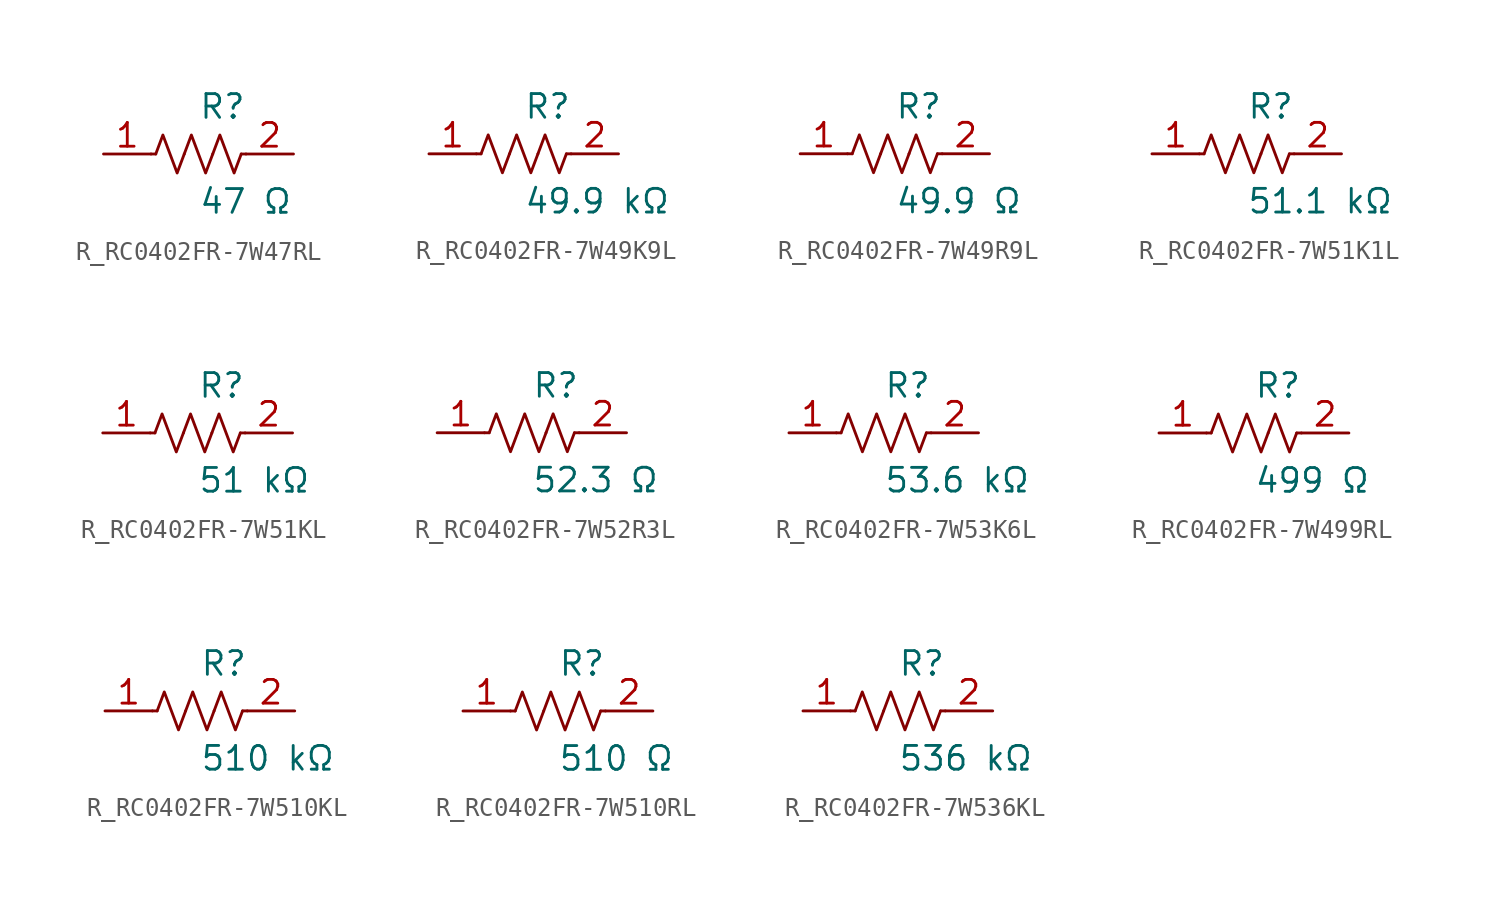
<source format=kicad_sym>
(kicad_symbol_lib
  (version 20231120)
  (generator kicad_symbol_editor)
  (generator_version 8.0)
  (symbol "R_RC0402FR-7W47RL"
    (pin_names
      (offset 0.254))
    (property "Reference" "R"
      (at 0 2.54 0)
      (effects (font (size 1.27 1.27)) (justify left)))
    (property "Value" "47 Ω"
      (at 0 -2.54 0)
      (effects (font (size 1.27 1.27)) (justify left)))
    (symbol "R_RC0402FR-7W47RL_0_1"
      (polyline (pts (xy 2.286 0) (xy 2.54 0)) (stroke (width 0) (type default)) (fill (type none)))
      (polyline (pts (xy -2.286 0) (xy -2.54 0)) (stroke (width 0) (type default)) (fill (type none)))
      (polyline (pts (xy 0.762 0) (xy 1.143 1.016) (xy 1.524 0) (xy 1.905 -1.016) (xy 2.286 0)) (stroke (width 0) (type default)) (fill (type none)))
      (polyline (pts (xy -0.762 0) (xy -0.381 1.016) (xy 0 0) (xy 0.381 -1.016) (xy 0.762 0)) (stroke (width 0) (type default)) (fill (type none)))
      (polyline (pts (xy -2.286 0) (xy -1.905 1.016) (xy -1.524 0) (xy -1.143 -1.016) (xy -0.762 0)) (stroke (width 0) (type default)) (fill (type none))))
    (pin passive line
      (at -5.08 0 0)
      (length 2.54)
      (name "" (effects (font (size 1.27 1.27))))
      (number "1" (effects (font (size 1.27 1.27)))))
    (pin passive line
      (at 5.08 0 180)
      (length 2.54)
      (name "" (effects (font (size 1.27 1.27))))
      (number "2" (effects (font (size 1.27 1.27))))))
  (symbol "R_RC0402FR-7W49K9L"
    (pin_names
      (offset 0.254))
    (property "Reference" "R"
      (at 0 2.54 0)
      (effects (font (size 1.27 1.27)) (justify left)))
    (property "Value" "49.9 kΩ"
      (at 0 -2.54 0)
      (effects (font (size 1.27 1.27)) (justify left)))
    (symbol "R_RC0402FR-7W49K9L_0_1"
      (polyline (pts (xy 2.286 0) (xy 2.54 0)) (stroke (width 0) (type default)) (fill (type none)))
      (polyline (pts (xy -2.286 0) (xy -2.54 0)) (stroke (width 0) (type default)) (fill (type none)))
      (polyline (pts (xy 0.762 0) (xy 1.143 1.016) (xy 1.524 0) (xy 1.905 -1.016) (xy 2.286 0)) (stroke (width 0) (type default)) (fill (type none)))
      (polyline (pts (xy -0.762 0) (xy -0.381 1.016) (xy 0 0) (xy 0.381 -1.016) (xy 0.762 0)) (stroke (width 0) (type default)) (fill (type none)))
      (polyline (pts (xy -2.286 0) (xy -1.905 1.016) (xy -1.524 0) (xy -1.143 -1.016) (xy -0.762 0)) (stroke (width 0) (type default)) (fill (type none))))
    (pin passive line
      (at -5.08 0 0)
      (length 2.54)
      (name "" (effects (font (size 1.27 1.27))))
      (number "1" (effects (font (size 1.27 1.27)))))
    (pin passive line
      (at 5.08 0 180)
      (length 2.54)
      (name "" (effects (font (size 1.27 1.27))))
      (number "2" (effects (font (size 1.27 1.27))))))
  (symbol "R_RC0402FR-7W49R9L"
    (pin_names
      (offset 0.254))
    (property "Reference" "R"
      (at 0 2.54 0)
      (effects (font (size 1.27 1.27)) (justify left)))
    (property "Value" "49.9 Ω"
      (at 0 -2.54 0)
      (effects (font (size 1.27 1.27)) (justify left)))
    (symbol "R_RC0402FR-7W49R9L_0_1"
      (polyline (pts (xy 2.286 0) (xy 2.54 0)) (stroke (width 0) (type default)) (fill (type none)))
      (polyline (pts (xy -2.286 0) (xy -2.54 0)) (stroke (width 0) (type default)) (fill (type none)))
      (polyline (pts (xy 0.762 0) (xy 1.143 1.016) (xy 1.524 0) (xy 1.905 -1.016) (xy 2.286 0)) (stroke (width 0) (type default)) (fill (type none)))
      (polyline (pts (xy -0.762 0) (xy -0.381 1.016) (xy 0 0) (xy 0.381 -1.016) (xy 0.762 0)) (stroke (width 0) (type default)) (fill (type none)))
      (polyline (pts (xy -2.286 0) (xy -1.905 1.016) (xy -1.524 0) (xy -1.143 -1.016) (xy -0.762 0)) (stroke (width 0) (type default)) (fill (type none))))
    (pin passive line
      (at -5.08 0 0)
      (length 2.54)
      (name "" (effects (font (size 1.27 1.27))))
      (number "1" (effects (font (size 1.27 1.27)))))
    (pin passive line
      (at 5.08 0 180)
      (length 2.54)
      (name "" (effects (font (size 1.27 1.27))))
      (number "2" (effects (font (size 1.27 1.27))))))
  (symbol "R_RC0402FR-7W51K1L"
    (pin_names
      (offset 0.254))
    (property "Reference" "R"
      (at 0 2.54 0)
      (effects (font (size 1.27 1.27)) (justify left)))
    (property "Value" "51.1 kΩ"
      (at 0 -2.54 0)
      (effects (font (size 1.27 1.27)) (justify left)))
    (symbol "R_RC0402FR-7W51K1L_0_1"
      (polyline (pts (xy 2.286 0) (xy 2.54 0)) (stroke (width 0) (type default)) (fill (type none)))
      (polyline (pts (xy -2.286 0) (xy -2.54 0)) (stroke (width 0) (type default)) (fill (type none)))
      (polyline (pts (xy 0.762 0) (xy 1.143 1.016) (xy 1.524 0) (xy 1.905 -1.016) (xy 2.286 0)) (stroke (width 0) (type default)) (fill (type none)))
      (polyline (pts (xy -0.762 0) (xy -0.381 1.016) (xy 0 0) (xy 0.381 -1.016) (xy 0.762 0)) (stroke (width 0) (type default)) (fill (type none)))
      (polyline (pts (xy -2.286 0) (xy -1.905 1.016) (xy -1.524 0) (xy -1.143 -1.016) (xy -0.762 0)) (stroke (width 0) (type default)) (fill (type none))))
    (pin passive line
      (at -5.08 0 0)
      (length 2.54)
      (name "" (effects (font (size 1.27 1.27))))
      (number "1" (effects (font (size 1.27 1.27)))))
    (pin passive line
      (at 5.08 0 180)
      (length 2.54)
      (name "" (effects (font (size 1.27 1.27))))
      (number "2" (effects (font (size 1.27 1.27))))))
  (symbol "R_RC0402FR-7W51KL"
    (pin_names
      (offset 0.254))
    (property "Reference" "R"
      (at 0 2.54 0)
      (effects (font (size 1.27 1.27)) (justify left)))
    (property "Value" "51 kΩ"
      (at 0 -2.54 0)
      (effects (font (size 1.27 1.27)) (justify left)))
    (symbol "R_RC0402FR-7W51KL_0_1"
      (polyline (pts (xy 2.286 0) (xy 2.54 0)) (stroke (width 0) (type default)) (fill (type none)))
      (polyline (pts (xy -2.286 0) (xy -2.54 0)) (stroke (width 0) (type default)) (fill (type none)))
      (polyline (pts (xy 0.762 0) (xy 1.143 1.016) (xy 1.524 0) (xy 1.905 -1.016) (xy 2.286 0)) (stroke (width 0) (type default)) (fill (type none)))
      (polyline (pts (xy -0.762 0) (xy -0.381 1.016) (xy 0 0) (xy 0.381 -1.016) (xy 0.762 0)) (stroke (width 0) (type default)) (fill (type none)))
      (polyline (pts (xy -2.286 0) (xy -1.905 1.016) (xy -1.524 0) (xy -1.143 -1.016) (xy -0.762 0)) (stroke (width 0) (type default)) (fill (type none))))
    (pin passive line
      (at -5.08 0 0)
      (length 2.54)
      (name "" (effects (font (size 1.27 1.27))))
      (number "1" (effects (font (size 1.27 1.27)))))
    (pin passive line
      (at 5.08 0 180)
      (length 2.54)
      (name "" (effects (font (size 1.27 1.27))))
      (number "2" (effects (font (size 1.27 1.27))))))
  (symbol "R_RC0402FR-7W52R3L"
    (pin_names
      (offset 0.254))
    (property "Reference" "R"
      (at 0 2.54 0)
      (effects (font (size 1.27 1.27)) (justify left)))
    (property "Value" "52.3 Ω"
      (at 0 -2.54 0)
      (effects (font (size 1.27 1.27)) (justify left)))
    (symbol "R_RC0402FR-7W52R3L_0_1"
      (polyline (pts (xy 2.286 0) (xy 2.54 0)) (stroke (width 0) (type default)) (fill (type none)))
      (polyline (pts (xy -2.286 0) (xy -2.54 0)) (stroke (width 0) (type default)) (fill (type none)))
      (polyline (pts (xy 0.762 0) (xy 1.143 1.016) (xy 1.524 0) (xy 1.905 -1.016) (xy 2.286 0)) (stroke (width 0) (type default)) (fill (type none)))
      (polyline (pts (xy -0.762 0) (xy -0.381 1.016) (xy 0 0) (xy 0.381 -1.016) (xy 0.762 0)) (stroke (width 0) (type default)) (fill (type none)))
      (polyline (pts (xy -2.286 0) (xy -1.905 1.016) (xy -1.524 0) (xy -1.143 -1.016) (xy -0.762 0)) (stroke (width 0) (type default)) (fill (type none))))
    (pin passive line
      (at -5.08 0 0)
      (length 2.54)
      (name "" (effects (font (size 1.27 1.27))))
      (number "1" (effects (font (size 1.27 1.27)))))
    (pin passive line
      (at 5.08 0 180)
      (length 2.54)
      (name "" (effects (font (size 1.27 1.27))))
      (number "2" (effects (font (size 1.27 1.27))))))
  (symbol "R_RC0402FR-7W53K6L"
    (pin_names
      (offset 0.254))
    (property "Reference" "R"
      (at 0 2.54 0)
      (effects (font (size 1.27 1.27)) (justify left)))
    (property "Value" "53.6 kΩ"
      (at 0 -2.54 0)
      (effects (font (size 1.27 1.27)) (justify left)))
    (symbol "R_RC0402FR-7W53K6L_0_1"
      (polyline (pts (xy 2.286 0) (xy 2.54 0)) (stroke (width 0) (type default)) (fill (type none)))
      (polyline (pts (xy -2.286 0) (xy -2.54 0)) (stroke (width 0) (type default)) (fill (type none)))
      (polyline (pts (xy 0.762 0) (xy 1.143 1.016) (xy 1.524 0) (xy 1.905 -1.016) (xy 2.286 0)) (stroke (width 0) (type default)) (fill (type none)))
      (polyline (pts (xy -0.762 0) (xy -0.381 1.016) (xy 0 0) (xy 0.381 -1.016) (xy 0.762 0)) (stroke (width 0) (type default)) (fill (type none)))
      (polyline (pts (xy -2.286 0) (xy -1.905 1.016) (xy -1.524 0) (xy -1.143 -1.016) (xy -0.762 0)) (stroke (width 0) (type default)) (fill (type none))))
    (pin passive line
      (at -5.08 0 0)
      (length 2.54)
      (name "" (effects (font (size 1.27 1.27))))
      (number "1" (effects (font (size 1.27 1.27)))))
    (pin passive line
      (at 5.08 0 180)
      (length 2.54)
      (name "" (effects (font (size 1.27 1.27))))
      (number "2" (effects (font (size 1.27 1.27))))))
  (symbol "R_RC0402FR-7W499RL"
    (pin_names
      (offset 0.254))
    (property "Reference" "R"
      (at 0 2.54 0)
      (effects (font (size 1.27 1.27)) (justify left)))
    (property "Value" "499 Ω"
      (at 0 -2.54 0)
      (effects (font (size 1.27 1.27)) (justify left)))
    (symbol "R_RC0402FR-7W499RL_0_1"
      (polyline (pts (xy 2.286 0) (xy 2.54 0)) (stroke (width 0) (type default)) (fill (type none)))
      (polyline (pts (xy -2.286 0) (xy -2.54 0)) (stroke (width 0) (type default)) (fill (type none)))
      (polyline (pts (xy 0.762 0) (xy 1.143 1.016) (xy 1.524 0) (xy 1.905 -1.016) (xy 2.286 0)) (stroke (width 0) (type default)) (fill (type none)))
      (polyline (pts (xy -0.762 0) (xy -0.381 1.016) (xy 0 0) (xy 0.381 -1.016) (xy 0.762 0)) (stroke (width 0) (type default)) (fill (type none)))
      (polyline (pts (xy -2.286 0) (xy -1.905 1.016) (xy -1.524 0) (xy -1.143 -1.016) (xy -0.762 0)) (stroke (width 0) (type default)) (fill (type none))))
    (pin passive line
      (at -5.08 0 0)
      (length 2.54)
      (name "" (effects (font (size 1.27 1.27))))
      (number "1" (effects (font (size 1.27 1.27)))))
    (pin passive line
      (at 5.08 0 180)
      (length 2.54)
      (name "" (effects (font (size 1.27 1.27))))
      (number "2" (effects (font (size 1.27 1.27))))))
  (symbol "R_RC0402FR-7W510KL"
    (pin_names
      (offset 0.254))
    (property "Reference" "R"
      (at 0 2.54 0)
      (effects (font (size 1.27 1.27)) (justify left)))
    (property "Value" "510 kΩ"
      (at 0 -2.54 0)
      (effects (font (size 1.27 1.27)) (justify left)))
    (symbol "R_RC0402FR-7W510KL_0_1"
      (polyline (pts (xy 2.286 0) (xy 2.54 0)) (stroke (width 0) (type default)) (fill (type none)))
      (polyline (pts (xy -2.286 0) (xy -2.54 0)) (stroke (width 0) (type default)) (fill (type none)))
      (polyline (pts (xy 0.762 0) (xy 1.143 1.016) (xy 1.524 0) (xy 1.905 -1.016) (xy 2.286 0)) (stroke (width 0) (type default)) (fill (type none)))
      (polyline (pts (xy -0.762 0) (xy -0.381 1.016) (xy 0 0) (xy 0.381 -1.016) (xy 0.762 0)) (stroke (width 0) (type default)) (fill (type none)))
      (polyline (pts (xy -2.286 0) (xy -1.905 1.016) (xy -1.524 0) (xy -1.143 -1.016) (xy -0.762 0)) (stroke (width 0) (type default)) (fill (type none))))
    (pin passive line
      (at -5.08 0 0)
      (length 2.54)
      (name "" (effects (font (size 1.27 1.27))))
      (number "1" (effects (font (size 1.27 1.27)))))
    (pin passive line
      (at 5.08 0 180)
      (length 2.54)
      (name "" (effects (font (size 1.27 1.27))))
      (number "2" (effects (font (size 1.27 1.27))))))
  (symbol "R_RC0402FR-7W510RL"
    (pin_names
      (offset 0.254))
    (property "Reference" "R"
      (at 0 2.54 0)
      (effects (font (size 1.27 1.27)) (justify left)))
    (property "Value" "510 Ω"
      (at 0 -2.54 0)
      (effects (font (size 1.27 1.27)) (justify left)))
    (symbol "R_RC0402FR-7W510RL_0_1"
      (polyline (pts (xy 2.286 0) (xy 2.54 0)) (stroke (width 0) (type default)) (fill (type none)))
      (polyline (pts (xy -2.286 0) (xy -2.54 0)) (stroke (width 0) (type default)) (fill (type none)))
      (polyline (pts (xy 0.762 0) (xy 1.143 1.016) (xy 1.524 0) (xy 1.905 -1.016) (xy 2.286 0)) (stroke (width 0) (type default)) (fill (type none)))
      (polyline (pts (xy -0.762 0) (xy -0.381 1.016) (xy 0 0) (xy 0.381 -1.016) (xy 0.762 0)) (stroke (width 0) (type default)) (fill (type none)))
      (polyline (pts (xy -2.286 0) (xy -1.905 1.016) (xy -1.524 0) (xy -1.143 -1.016) (xy -0.762 0)) (stroke (width 0) (type default)) (fill (type none))))
    (pin passive line
      (at -5.08 0 0)
      (length 2.54)
      (name "" (effects (font (size 1.27 1.27))))
      (number "1" (effects (font (size 1.27 1.27)))))
    (pin passive line
      (at 5.08 0 180)
      (length 2.54)
      (name "" (effects (font (size 1.27 1.27))))
      (number "2" (effects (font (size 1.27 1.27))))))
  (symbol "R_RC0402FR-7W536KL"
    (pin_names
      (offset 0.254))
    (property "Reference" "R"
      (at 0 2.54 0)
      (effects (font (size 1.27 1.27)) (justify left)))
    (property "Value" "536 kΩ"
      (at 0 -2.54 0)
      (effects (font (size 1.27 1.27)) (justify left)))
    (symbol "R_RC0402FR-7W536KL_0_1"
      (polyline (pts (xy 2.286 0) (xy 2.54 0)) (stroke (width 0) (type default)) (fill (type none)))
      (polyline (pts (xy -2.286 0) (xy -2.54 0)) (stroke (width 0) (type default)) (fill (type none)))
      (polyline (pts (xy 0.762 0) (xy 1.143 1.016) (xy 1.524 0) (xy 1.905 -1.016) (xy 2.286 0)) (stroke (width 0) (type default)) (fill (type none)))
      (polyline (pts (xy -0.762 0) (xy -0.381 1.016) (xy 0 0) (xy 0.381 -1.016) (xy 0.762 0)) (stroke (width 0) (type default)) (fill (type none)))
      (polyline (pts (xy -2.286 0) (xy -1.905 1.016) (xy -1.524 0) (xy -1.143 -1.016) (xy -0.762 0)) (stroke (width 0) (type default)) (fill (type none))))
    (pin passive line
      (at -5.08 0 0)
      (length 2.54)
      (name "" (effects (font (size 1.27 1.27))))
      (number "1" (effects (font (size 1.27 1.27)))))
    (pin passive line
      (at 5.08 0 180)
      (length 2.54)
      (name "" (effects (font (size 1.27 1.27))))
      (number "2" (effects (font (size 1.27 1.27)))))))
</source>
